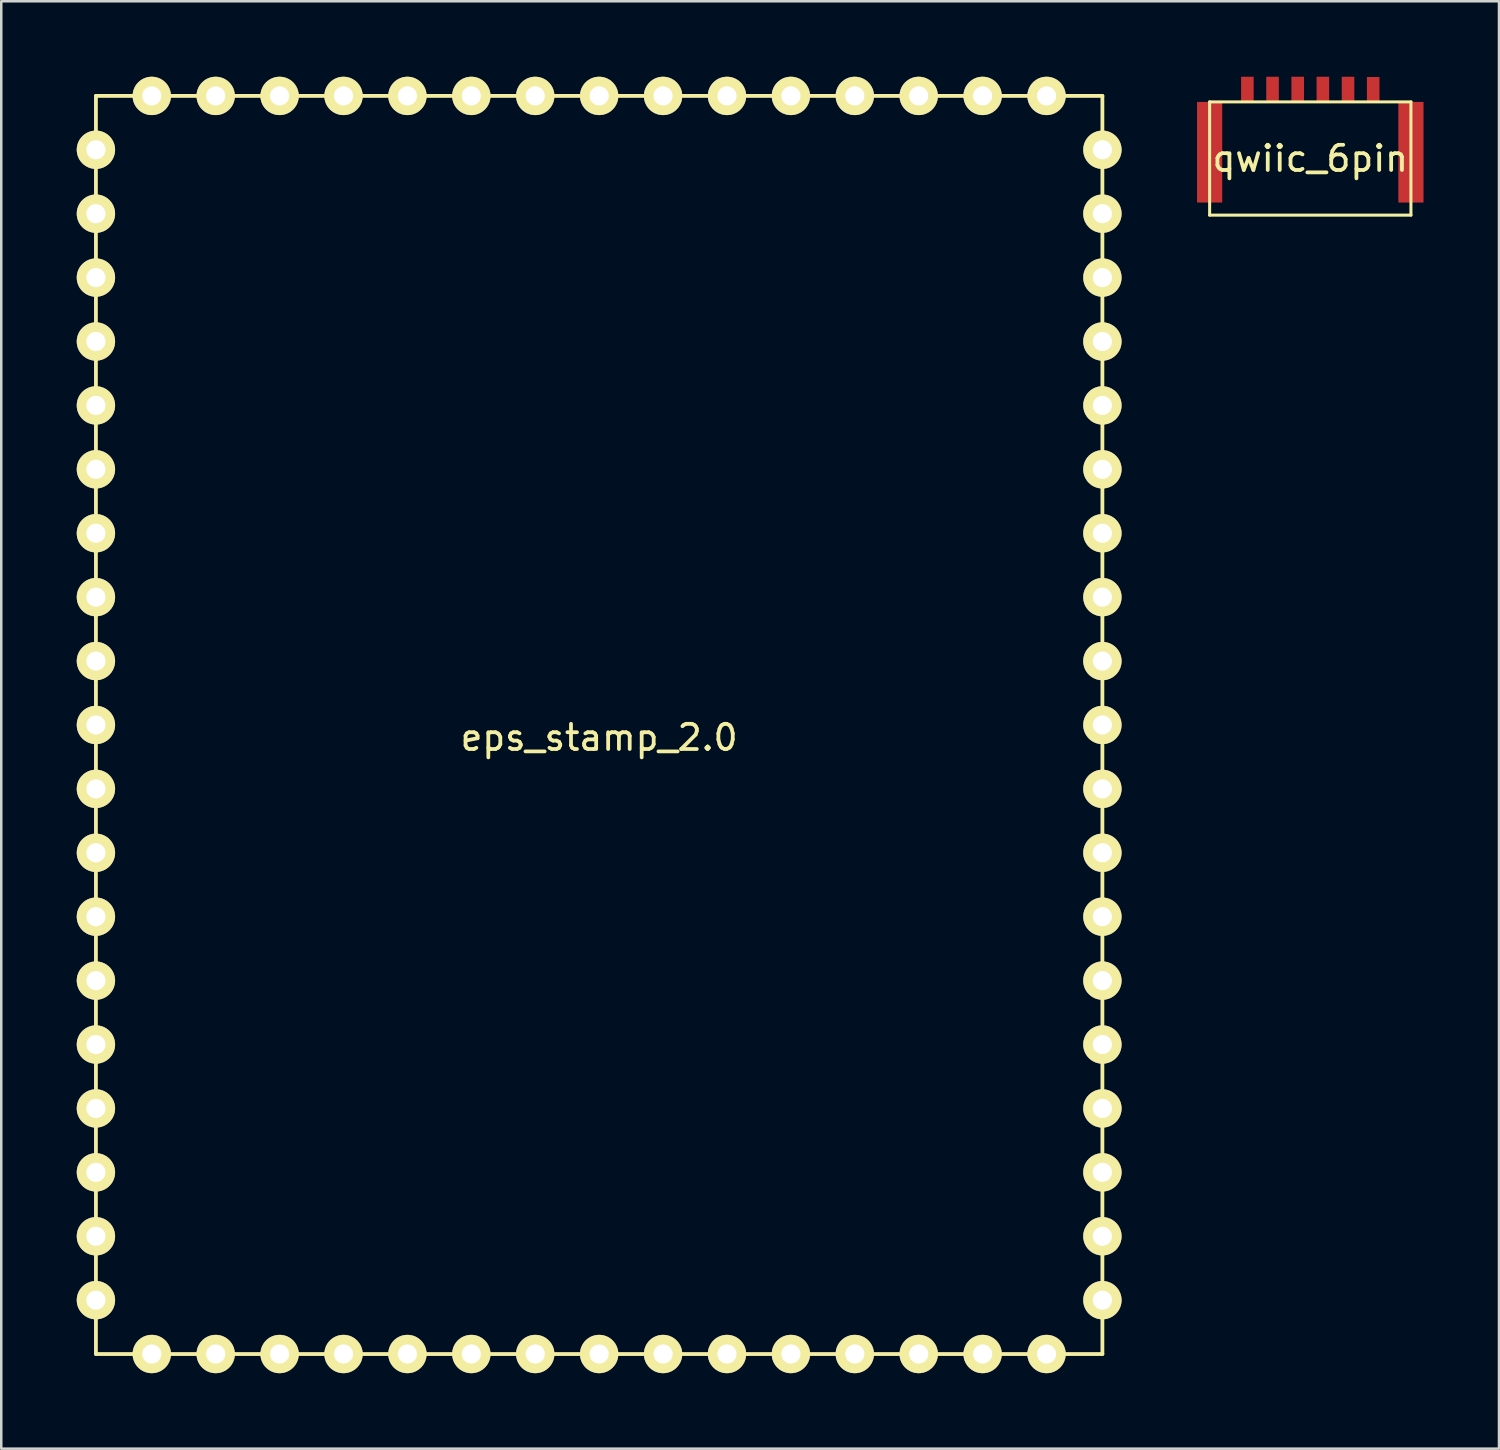
<source format=kicad_pcb>
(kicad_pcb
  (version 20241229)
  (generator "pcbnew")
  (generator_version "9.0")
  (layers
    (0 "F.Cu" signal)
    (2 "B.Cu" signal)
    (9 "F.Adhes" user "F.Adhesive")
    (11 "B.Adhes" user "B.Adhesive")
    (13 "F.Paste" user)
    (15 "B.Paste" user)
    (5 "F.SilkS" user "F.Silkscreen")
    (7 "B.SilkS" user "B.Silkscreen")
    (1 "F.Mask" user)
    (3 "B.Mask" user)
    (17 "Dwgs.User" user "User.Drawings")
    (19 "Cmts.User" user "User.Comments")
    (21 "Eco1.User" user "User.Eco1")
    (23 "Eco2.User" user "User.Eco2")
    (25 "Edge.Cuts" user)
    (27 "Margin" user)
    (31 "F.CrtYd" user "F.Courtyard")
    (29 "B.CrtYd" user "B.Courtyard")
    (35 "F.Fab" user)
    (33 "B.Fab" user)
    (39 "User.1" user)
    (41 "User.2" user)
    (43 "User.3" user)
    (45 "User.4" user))
  (footprint "eps_stamp_2.0"
    (layer "F.Cu")
    (at 20.762 25.762)
    (property "Reference" "eps_stamp_2.0" (at 0 0.5 0) (layer "F.SilkS") (effects (font (size 1 1) (thickness 0.15))))
    (attr exclude_from_pos_files exclude_from_bom)
    (fp_line (start -20 -25) (end 20 -25) (stroke (width 0.15) (type solid)) (layer "F.SilkS"))
    (fp_line (start -20 25) (end -20 -25) (stroke (width 0.15) (type solid)) (layer "F.SilkS"))
    (fp_line (start 20 -25) (end 20 25) (stroke (width 0.15) (type solid)) (layer "F.SilkS"))
    (fp_line (start 20 25) (end -20 25) (stroke (width 0.15) (type solid)) (layer "F.SilkS"))
    (pad "1" thru_hole circle (at 20 -22.86) (size 1.524 1.524) (drill 0.762) (layers "*.Cu" "*.Mask" "F.SilkS"))
    (pad "2" thru_hole circle (at 20 -20.32) (size 1.524 1.524) (drill 0.762) (layers "*.Cu" "*.Mask" "F.SilkS"))
    (pad "3" thru_hole circle (at 20 -17.78) (size 1.524 1.524) (drill 0.762) (layers "*.Cu" "*.Mask" "F.SilkS"))
    (pad "4" thru_hole circle (at 20 -15.24) (size 1.524 1.524) (drill 0.762) (layers "*.Cu" "*.Mask" "F.SilkS"))
    (pad "5" thru_hole circle (at 20 -12.7) (size 1.524 1.524) (drill 0.762) (layers "*.Cu" "*.Mask" "F.SilkS"))
    (pad "6" thru_hole circle (at 20 -10.16) (size 1.524 1.524) (drill 0.762) (layers "*.Cu" "*.Mask" "F.SilkS"))
    (pad "7" thru_hole circle (at 20 -7.62) (size 1.524 1.524) (drill 0.762) (layers "*.Cu" "*.Mask" "F.SilkS"))
    (pad "8" thru_hole circle (at 20 -5.08) (size 1.524 1.524) (drill 0.762) (layers "*.Cu" "*.Mask" "F.SilkS"))
    (pad "9" thru_hole circle (at 17.78 -25) (size 1.524 1.524) (drill 0.762) (layers "*.Cu" "*.Mask" "F.SilkS"))
    (pad "10" thru_hole circle (at 15.24 -25) (size 1.524 1.524) (drill 0.762) (layers "*.Cu" "*.Mask" "F.SilkS"))
    (pad "11" thru_hole circle (at 12.7 -25) (size 1.524 1.524) (drill 0.762) (layers "*.Cu" "*.Mask" "F.SilkS"))
    (pad "12" thru_hole circle (at 10.16 -25) (size 1.524 1.524) (drill 0.762) (layers "*.Cu" "*.Mask" "F.SilkS"))
    (pad "13" thru_hole circle (at 7.62 -25) (size 1.524 1.524) (drill 0.762) (layers "*.Cu" "*.Mask" "F.SilkS"))
    (pad "14" thru_hole circle (at 5.08 -25) (size 1.524 1.524) (drill 0.762) (layers "*.Cu" "*.Mask" "F.SilkS"))
    (pad "15" thru_hole circle (at 2.54 -25) (size 1.524 1.524) (drill 0.762) (layers "*.Cu" "*.Mask" "F.SilkS"))
    (pad "16" thru_hole circle (at -20 -22.86) (size 1.524 1.524) (drill 0.762) (layers "*.Cu" "*.Mask" "F.SilkS"))
    (pad "16" thru_hole circle (at -20 -20.32) (size 1.524 1.524) (drill 0.762) (layers "*.Cu" "*.Mask" "F.SilkS"))
    (pad "16" thru_hole circle (at -20 -17.78) (size 1.524 1.524) (drill 0.762) (layers "*.Cu" "*.Mask" "F.SilkS"))
    (pad "16" thru_hole circle (at -20 -15.24) (size 1.524 1.524) (drill 0.762) (layers "*.Cu" "*.Mask" "F.SilkS"))
    (pad "16" thru_hole circle (at -20 -12.7) (size 1.524 1.524) (drill 0.762) (layers "*.Cu" "*.Mask" "F.SilkS"))
    (pad "16" thru_hole circle (at -20 -10.16) (size 1.524 1.524) (drill 0.762) (layers "*.Cu" "*.Mask" "F.SilkS"))
    (pad "16" thru_hole circle (at -20 -7.62) (size 1.524 1.524) (drill 0.762) (layers "*.Cu" "*.Mask" "F.SilkS"))
    (pad "16" thru_hole circle (at -20 -5.08) (size 1.524 1.524) (drill 0.762) (layers "*.Cu" "*.Mask" "F.SilkS"))
    (pad "16" thru_hole circle (at -20 -2.54) (size 1.524 1.524) (drill 0.762) (layers "*.Cu" "*.Mask" "F.SilkS"))
    (pad "16" thru_hole circle (at -20 0) (size 1.524 1.524) (drill 0.762) (layers "*.Cu" "*.Mask" "F.SilkS"))
    (pad "16" thru_hole circle (at -20 2.54) (size 1.524 1.524) (drill 0.762) (layers "*.Cu" "*.Mask" "F.SilkS"))
    (pad "16" thru_hole circle (at -20 5.08) (size 1.524 1.524) (drill 0.762) (layers "*.Cu" "*.Mask" "F.SilkS"))
    (pad "16" thru_hole circle (at -20 7.62) (size 1.524 1.524) (drill 0.762) (layers "*.Cu" "*.Mask" "F.SilkS"))
    (pad "16" thru_hole circle (at -20 10.16) (size 1.524 1.524) (drill 0.762) (layers "*.Cu" "*.Mask" "F.SilkS"))
    (pad "16" thru_hole circle (at -20 12.7) (size 1.524 1.524) (drill 0.762) (layers "*.Cu" "*.Mask" "F.SilkS"))
    (pad "16" thru_hole circle (at -20 15.24) (size 1.524 1.524) (drill 0.762) (layers "*.Cu" "*.Mask" "F.SilkS"))
    (pad "16" thru_hole circle (at -20 17.78) (size 1.524 1.524) (drill 0.762) (layers "*.Cu" "*.Mask" "F.SilkS"))
    (pad "16" thru_hole circle (at -20 20.32) (size 1.524 1.524) (drill 0.762) (layers "*.Cu" "*.Mask" "F.SilkS"))
    (pad "16" thru_hole circle (at -20 22.86) (size 1.524 1.524) (drill 0.762) (layers "*.Cu" "*.Mask" "F.SilkS"))
    (pad "16" thru_hole circle (at -17.78 -25) (size 1.524 1.524) (drill 0.762) (layers "*.Cu" "*.Mask" "F.SilkS"))
    (pad "16" thru_hole circle (at -17.78 25) (size 1.524 1.524) (drill 0.762) (layers "*.Cu" "*.Mask" "F.SilkS"))
    (pad "16" thru_hole circle (at -15.24 -25) (size 1.524 1.524) (drill 0.762) (layers "*.Cu" "*.Mask" "F.SilkS"))
    (pad "16" thru_hole circle (at -15.24 25) (size 1.524 1.524) (drill 0.762) (layers "*.Cu" "*.Mask" "F.SilkS"))
    (pad "16" thru_hole circle (at -12.7 -25) (size 1.524 1.524) (drill 0.762) (layers "*.Cu" "*.Mask" "F.SilkS"))
    (pad "16" thru_hole circle (at -12.7 25) (size 1.524 1.524) (drill 0.762) (layers "*.Cu" "*.Mask" "F.SilkS"))
    (pad "16" thru_hole circle (at -10.16 -25) (size 1.524 1.524) (drill 0.762) (layers "*.Cu" "*.Mask" "F.SilkS"))
    (pad "16" thru_hole circle (at -10.16 25) (size 1.524 1.524) (drill 0.762) (layers "*.Cu" "*.Mask" "F.SilkS"))
    (pad "16" thru_hole circle (at -7.62 -25) (size 1.524 1.524) (drill 0.762) (layers "*.Cu" "*.Mask" "F.SilkS"))
    (pad "16" thru_hole circle (at -7.62 25) (size 1.524 1.524) (drill 0.762) (layers "*.Cu" "*.Mask" "F.SilkS"))
    (pad "16" thru_hole circle (at -5.08 -25) (size 1.524 1.524) (drill 0.762) (layers "*.Cu" "*.Mask" "F.SilkS"))
    (pad "16" thru_hole circle (at -5.08 25) (size 1.524 1.524) (drill 0.762) (layers "*.Cu" "*.Mask" "F.SilkS"))
    (pad "16" thru_hole circle (at -2.54 -25) (size 1.524 1.524) (drill 0.762) (layers "*.Cu" "*.Mask" "F.SilkS"))
    (pad "16" thru_hole circle (at -2.54 25) (size 1.524 1.524) (drill 0.762) (layers "*.Cu" "*.Mask" "F.SilkS"))
    (pad "16" thru_hole circle (at 0 -25) (size 1.524 1.524) (drill 0.762) (layers "*.Cu" "*.Mask" "F.SilkS"))
    (pad "16" thru_hole circle (at 0 25) (size 1.524 1.524) (drill 0.762) (layers "*.Cu" "*.Mask" "F.SilkS"))
    (pad "16" thru_hole circle (at 2.54 25) (size 1.524 1.524) (drill 0.762) (layers "*.Cu" "*.Mask" "F.SilkS"))
    (pad "16" thru_hole circle (at 5.08 25) (size 1.524 1.524) (drill 0.762) (layers "*.Cu" "*.Mask" "F.SilkS"))
    (pad "16" thru_hole circle (at 7.62 25) (size 1.524 1.524) (drill 0.762) (layers "*.Cu" "*.Mask" "F.SilkS"))
    (pad "16" thru_hole circle (at 10.16 25) (size 1.524 1.524) (drill 0.762) (layers "*.Cu" "*.Mask" "F.SilkS"))
    (pad "16" thru_hole circle (at 12.7 25) (size 1.524 1.524) (drill 0.762) (layers "*.Cu" "*.Mask" "F.SilkS"))
    (pad "16" thru_hole circle (at 15.24 25) (size 1.524 1.524) (drill 0.762) (layers "*.Cu" "*.Mask" "F.SilkS"))
    (pad "16" thru_hole circle (at 17.78 25) (size 1.524 1.524) (drill 0.762) (layers "*.Cu" "*.Mask" "F.SilkS"))
    (pad "16" thru_hole circle (at 20 -2.54) (size 1.524 1.524) (drill 0.762) (layers "*.Cu" "*.Mask" "F.SilkS"))
    (pad "16" thru_hole circle (at 20 0) (size 1.524 1.524) (drill 0.762) (layers "*.Cu" "*.Mask" "F.SilkS"))
    (pad "16" thru_hole circle (at 20 2.54) (size 1.524 1.524) (drill 0.762) (layers "*.Cu" "*.Mask" "F.SilkS"))
    (pad "16" thru_hole circle (at 20 5.08) (size 1.524 1.524) (drill 0.762) (layers "*.Cu" "*.Mask" "F.SilkS"))
    (pad "16" thru_hole circle (at 20 7.62) (size 1.524 1.524) (drill 0.762) (layers "*.Cu" "*.Mask" "F.SilkS"))
    (pad "16" thru_hole circle (at 20 10.16) (size 1.524 1.524) (drill 0.762) (layers "*.Cu" "*.Mask" "F.SilkS"))
    (pad "16" thru_hole circle (at 20 12.7) (size 1.524 1.524) (drill 0.762) (layers "*.Cu" "*.Mask" "F.SilkS"))
    (pad "16" thru_hole circle (at 20 15.24) (size 1.524 1.524) (drill 0.762) (layers "*.Cu" "*.Mask" "F.SilkS"))
    (pad "16" thru_hole circle (at 20 17.78) (size 1.524 1.524) (drill 0.762) (layers "*.Cu" "*.Mask" "F.SilkS"))
    (pad "16" thru_hole circle (at 20 20.32) (size 1.524 1.524) (drill 0.762) (layers "*.Cu" "*.Mask" "F.SilkS"))
    (pad "16" thru_hole circle (at 20 22.86) (size 1.524 1.524) (drill 0.762) (layers "*.Cu" "*.Mask" "F.SilkS")))
  (footprint "qwiic_6pin"
    (layer "F.Cu")
    (at 49.024 3.25)
    (property "Reference" "qwiic_6pin" (at 0 0 0) (layer "F.SilkS") (effects (font (size 1 1) (thickness 0.15))))
    (attr through_hole)
    (fp_line (start -4 -2.25) (end -4 2.25) (stroke (width 0.12) (type solid)) (layer "F.SilkS"))
    (fp_line (start -4 -2.25) (end 4 -2.25) (stroke (width 0.12) (type solid)) (layer "F.SilkS"))
    (fp_line (start -4 2.25) (end 4 2.25) (stroke (width 0.12) (type solid)) (layer "F.SilkS"))
    (fp_line (start 4 -2.25) (end 4 2.25) (stroke (width 0.12) (type solid)) (layer "F.SilkS"))
    (pad "1" smd rect (at -2.5 -2.25) (size 0.5 1) (drill (offset 0 -0.5)) (layers "F.Cu" "F.Mask" "F.Paste"))
    (pad "2" smd rect (at -1.5 -2.25) (size 0.5 1) (drill (offset 0 -0.5)) (layers "F.Cu" "F.Mask" "F.Paste"))
    (pad "3" smd rect (at -0.5 -2.25) (size 0.5 1) (drill (offset 0 -0.5)) (layers "F.Cu" "F.Mask" "F.Paste"))
    (pad "4" smd rect (at 0.5 -2.25) (size 0.5 1) (drill (offset 0 -0.5)) (layers "F.Cu" "F.Mask" "F.Paste"))
    (pad "5" smd rect (at 1.5 -2.25) (size 0.5 1) (drill (offset 0 -0.5)) (layers "F.Cu" "F.Mask" "F.Paste"))
    (pad "6" smd rect (at 2.5 -2.24) (size 0.5 1) (drill (offset 0 -0.5)) (layers "F.Cu" "F.Mask" "F.Paste"))
    (pad "GND" smd rect (at -4 -2.25) (size 1 4) (drill (offset 0 2)) (layers "F.Cu" "F.Mask" "F.Paste"))
    (pad "GND" smd rect (at 4 -2.25) (size 1 4) (drill (offset 0 2)) (layers "F.Cu" "F.Mask" "F.Paste")))
  (gr_rect
    (start -3 -3)
    (end 56.524 54.524)
    (stroke (width 0.1) (type default))
    (fill no)
    (layer "Edge.Cuts")))
</source>
